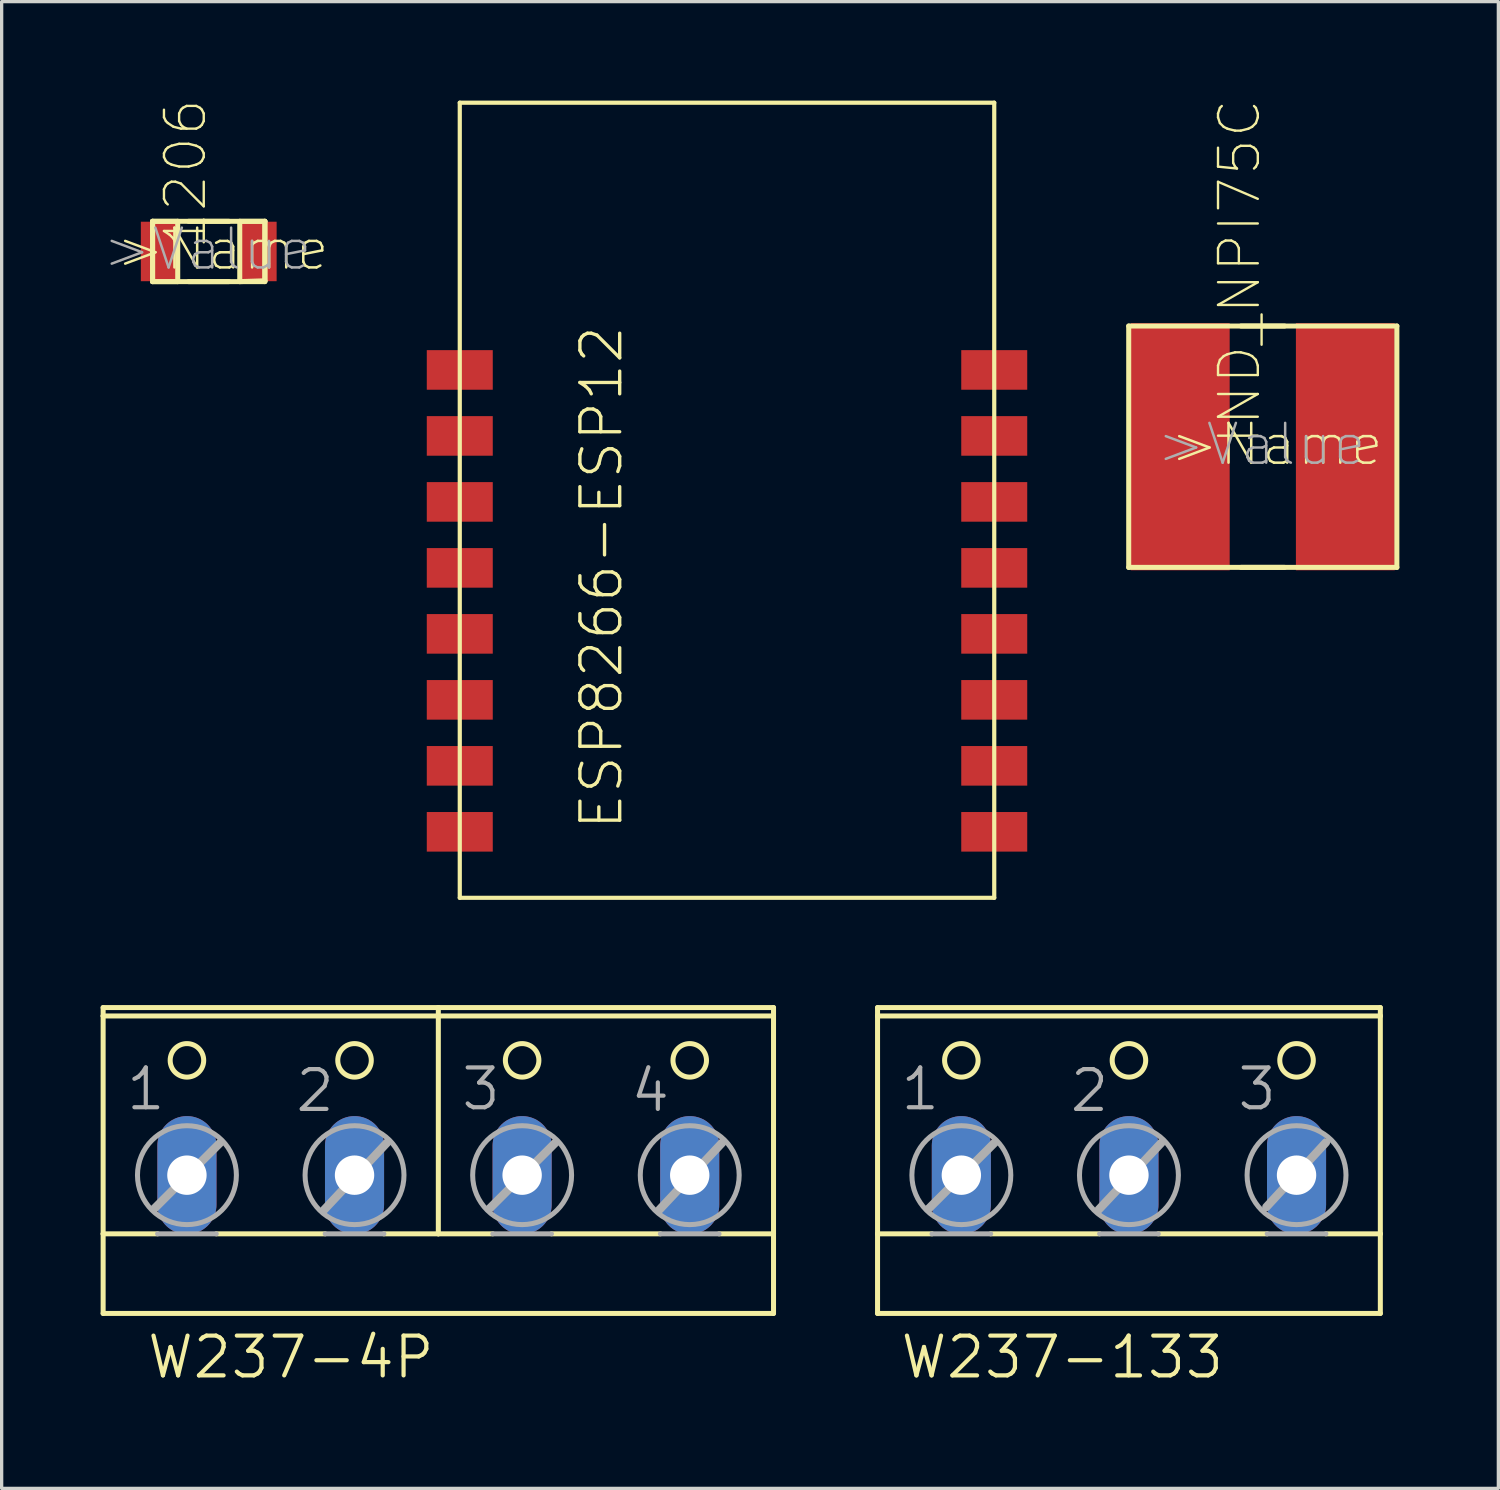
<source format=kicad_pcb>
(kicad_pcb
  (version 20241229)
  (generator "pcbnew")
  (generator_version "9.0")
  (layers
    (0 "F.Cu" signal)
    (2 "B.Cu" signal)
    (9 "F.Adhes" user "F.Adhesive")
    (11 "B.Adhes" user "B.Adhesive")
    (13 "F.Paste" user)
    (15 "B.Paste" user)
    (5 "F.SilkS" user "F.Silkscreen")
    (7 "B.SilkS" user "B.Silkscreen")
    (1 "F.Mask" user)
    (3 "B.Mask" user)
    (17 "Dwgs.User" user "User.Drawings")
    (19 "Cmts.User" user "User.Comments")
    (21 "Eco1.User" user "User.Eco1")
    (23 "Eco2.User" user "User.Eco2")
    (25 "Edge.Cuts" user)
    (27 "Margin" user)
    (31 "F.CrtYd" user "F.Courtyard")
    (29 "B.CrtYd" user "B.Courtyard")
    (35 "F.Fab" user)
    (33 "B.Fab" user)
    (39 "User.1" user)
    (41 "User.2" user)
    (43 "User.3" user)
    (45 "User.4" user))
  (footprint "W237-133"
    (layer "F.Cu")
    (at 31.169 31.935)
    (property "Reference" "W237-133" (at -6.985 6.858 0) (layer "F.SilkS") (effects (font (size 1.206 1.206) (thickness 0.127)) (justify left bottom)))
    (attr through_hole)
    (fp_line (start -7.62 -4.445) (end 7.62 -4.445) (stroke (width 0.152) (type solid)) (layer "F.SilkS"))
    (fp_line (start -7.62 -4.191) (end -7.62 -4.445) (stroke (width 0.152) (type solid)) (layer "F.SilkS"))
    (fp_line (start -7.62 2.413) (end -7.62 -4.191) (stroke (width 0.152) (type solid)) (layer "F.SilkS"))
    (fp_line (start -7.62 2.413) (end -5.969 2.413) (stroke (width 0.152) (type solid)) (layer "F.SilkS"))
    (fp_line (start -7.62 4.826) (end -7.62 2.413) (stroke (width 0.152) (type solid)) (layer "F.SilkS"))
    (fp_line (start -7.62 4.826) (end 7.62 4.826) (stroke (width 0.152) (type solid)) (layer "F.SilkS"))
    (fp_line (start -4.191 2.413) (end -0.889 2.413) (stroke (width 0.152) (type solid)) (layer "F.SilkS"))
    (fp_line (start 0.889 2.413) (end 4.191 2.413) (stroke (width 0.152) (type solid)) (layer "F.SilkS"))
    (fp_line (start 5.969 2.413) (end 7.62 2.413) (stroke (width 0.152) (type solid)) (layer "F.SilkS"))
    (fp_line (start 7.62 -4.191) (end -7.62 -4.191) (stroke (width 0.152) (type solid)) (layer "F.SilkS"))
    (fp_line (start 7.62 -4.191) (end 7.62 -4.445) (stroke (width 0.152) (type solid)) (layer "F.SilkS"))
    (fp_line (start 7.62 -4.191) (end 7.62 2.413) (stroke (width 0.152) (type solid)) (layer "F.SilkS"))
    (fp_line (start 7.62 2.413) (end 7.62 4.826) (stroke (width 0.152) (type solid)) (layer "F.SilkS"))
    (fp_circle (center -5.08 -2.845) (end -4.572 -2.845) (stroke (width 0.152) (type solid)) (fill no) (layer "F.SilkS"))
    (fp_circle (center 0 -2.845) (end 0.508 -2.845) (stroke (width 0.152) (type solid)) (fill no) (layer "F.SilkS"))
    (fp_circle (center 5.08 -2.845) (end 5.588 -2.845) (stroke (width 0.152) (type solid)) (fill no) (layer "F.SilkS"))
    (fp_line (start -6.071 1.651) (end -4.064 -0.356) (stroke (width 0.254) (type solid)) (layer "F.Fab"))
    (fp_line (start -5.969 2.413) (end -4.191 2.413) (stroke (width 0.152) (type solid)) (layer "F.Fab"))
    (fp_line (start -0.914 1.676) (end 0.991 -0.356) (stroke (width 0.254) (type solid)) (layer "F.Fab"))
    (fp_line (start -0.889 2.413) (end 0.889 2.413) (stroke (width 0.152) (type solid)) (layer "F.Fab"))
    (fp_line (start 4.166 1.6) (end 5.969 -0.356) (stroke (width 0.254) (type solid)) (layer "F.Fab"))
    (fp_line (start 4.191 2.413) (end 5.969 2.413) (stroke (width 0.152) (type solid)) (layer "F.Fab"))
    (fp_circle (center -5.08 0.635) (end -3.581 0.635) (stroke (width 0.152) (type solid)) (fill no) (layer "F.Fab"))
    (fp_circle (center 0 0.635) (end 1.499 0.635) (stroke (width 0.152) (type solid)) (fill no) (layer "F.Fab"))
    (fp_circle (center 5.08 0.635) (end 6.579 0.635) (stroke (width 0.152) (type solid)) (fill no) (layer "F.Fab"))
    (fp_text user "3" (at 3.226 -1.27 0) (layer "F.Fab") (effects (font (size 1.206 1.206) (thickness 0.127)) (justify left bottom)))
    (fp_text user "2" (at -1.854 -1.219 0) (layer "F.Fab") (effects (font (size 1.206 1.206) (thickness 0.127)) (justify left bottom)))
    (fp_text user "1" (at -6.985 -1.27 0) (layer "F.Fab") (effects (font (size 1.206 1.206) (thickness 0.127)) (justify left bottom)))
    (pad "1" thru_hole oval (at -5.08 0.635 90) (size 3.581 1.791) (drill 1.194) (layers "*.Cu" "*.Mask"))
    (pad "2" thru_hole oval (at 0 0.635 90) (size 3.581 1.791) (drill 1.194) (layers "*.Cu" "*.Mask"))
    (pad "3" thru_hole oval (at 5.08 0.635 90) (size 3.581 1.791) (drill 1.194) (layers "*.Cu" "*.Mask")))
  (footprint "IND_NPI75C"
    (layer "F.Cu")
    (at 35.226 10.49)
    (property "Reference" "IND_NPI75C" (at 0 0 90) (layer "F.SilkS") (effects (font (size 1.206 1.206) (thickness 0.072)) (justify left bottom)))
    (attr through_hole)
    (fp_line (start -4.064 -3.658) (end 4.064 -3.658) (stroke (width 0.152) (type solid)) (layer "F.SilkS"))
    (fp_line (start -4.064 3.658) (end -4.064 -3.658) (stroke (width 0.152) (type solid)) (layer "F.SilkS"))
    (fp_line (start -0.66 -3.658) (end 0.66 -3.658) (stroke (width 0.152) (type solid)) (layer "F.SilkS"))
    (fp_line (start 0.66 3.658) (end -0.66 3.658) (stroke (width 0.152) (type solid)) (layer "F.SilkS"))
    (fp_line (start 4.064 -3.658) (end 4.064 3.658) (stroke (width 0.152) (type solid)) (layer "F.SilkS"))
    (fp_line (start 4.064 3.658) (end -4.064 3.658) (stroke (width 0.152) (type solid)) (layer "F.SilkS"))
    (fp_text user ">Name" (at -2.87 0.635 0) (layer "F.SilkS") (effects (font (size 1.206 1.206) (thickness 0.076)) (justify left bottom)))
    (fp_text user ">Value" (at -3.277 0.635 0) (layer "F.Fab") (effects (font (size 1.206 1.206) (thickness 0.076)) (justify left bottom)))
    (pad "1" smd rect (at -2.502 0) (size 2.997 7.493) (layers "F.Cu" "F.Mask" "F.Paste"))
    (pad "2" smd rect (at 2.502 0) (size 2.997 7.493) (layers "F.Cu" "F.Mask" "F.Paste")))
  (footprint "W237-4P"
    (layer "F.Cu")
    (at 10.236 31.935)
    (property "Reference" "W237-4P" (at -8.89 6.858 0) (layer "F.SilkS") (effects (font (size 1.206 1.206) (thickness 0.127)) (justify left bottom)))
    (attr through_hole)
    (fp_line (start -10.16 -4.191) (end -10.16 -4.445) (stroke (width 0.152) (type solid)) (layer "F.SilkS"))
    (fp_line (start -10.16 -4.191) (end 10.16 -4.191) (stroke (width 0.152) (type solid)) (layer "F.SilkS"))
    (fp_line (start -10.16 2.413) (end -10.16 -4.191) (stroke (width 0.152) (type solid)) (layer "F.SilkS"))
    (fp_line (start -10.16 2.413) (end -8.509 2.413) (stroke (width 0.152) (type solid)) (layer "F.SilkS"))
    (fp_line (start -10.16 4.826) (end -10.16 2.413) (stroke (width 0.152) (type solid)) (layer "F.SilkS"))
    (fp_line (start -10.16 4.826) (end 10.16 4.826) (stroke (width 0.152) (type solid)) (layer "F.SilkS"))
    (fp_line (start -6.731 2.413) (end -3.429 2.413) (stroke (width 0.152) (type solid)) (layer "F.SilkS"))
    (fp_line (start -1.651 2.413) (end 0 2.413) (stroke (width 0.152) (type solid)) (layer "F.SilkS"))
    (fp_line (start 0 -4.445) (end -10.16 -4.445) (stroke (width 0.152) (type solid)) (layer "F.SilkS"))
    (fp_line (start 0 -4.445) (end 0 2.413) (stroke (width 0.152) (type solid)) (layer "F.SilkS"))
    (fp_line (start 0 2.413) (end 1.651 2.413) (stroke (width 0.152) (type solid)) (layer "F.SilkS"))
    (fp_line (start 3.429 2.413) (end 6.731 2.413) (stroke (width 0.152) (type solid)) (layer "F.SilkS"))
    (fp_line (start 8.509 2.413) (end 10.16 2.413) (stroke (width 0.152) (type solid)) (layer "F.SilkS"))
    (fp_line (start 10.16 -4.445) (end 0 -4.445) (stroke (width 0.152) (type solid)) (layer "F.SilkS"))
    (fp_line (start 10.16 -4.445) (end 10.16 -4.191) (stroke (width 0.152) (type solid)) (layer "F.SilkS"))
    (fp_line (start 10.16 -4.191) (end 10.16 2.413) (stroke (width 0.152) (type solid)) (layer "F.SilkS"))
    (fp_line (start 10.16 2.413) (end 10.16 4.826) (stroke (width 0.152) (type solid)) (layer "F.SilkS"))
    (fp_circle (center -7.62 -2.845) (end -7.112 -2.845) (stroke (width 0.152) (type solid)) (fill no) (layer "F.SilkS"))
    (fp_circle (center -2.54 -2.845) (end -2.032 -2.845) (stroke (width 0.152) (type solid)) (fill no) (layer "F.SilkS"))
    (fp_circle (center 2.54 -2.845) (end 3.048 -2.845) (stroke (width 0.152) (type solid)) (fill no) (layer "F.SilkS"))
    (fp_circle (center 7.62 -2.845) (end 8.128 -2.845) (stroke (width 0.152) (type solid)) (fill no) (layer "F.SilkS"))
    (fp_line (start -8.611 1.651) (end -6.604 -0.356) (stroke (width 0.254) (type solid)) (layer "F.Fab"))
    (fp_line (start -8.509 2.413) (end -6.731 2.413) (stroke (width 0.152) (type solid)) (layer "F.Fab"))
    (fp_line (start -3.454 1.676) (end -1.549 -0.356) (stroke (width 0.254) (type solid)) (layer "F.Fab"))
    (fp_line (start -3.429 2.413) (end -1.651 2.413) (stroke (width 0.152) (type solid)) (layer "F.Fab"))
    (fp_line (start 1.549 1.651) (end 3.556 -0.356) (stroke (width 0.254) (type solid)) (layer "F.Fab"))
    (fp_line (start 1.651 2.413) (end 3.429 2.413) (stroke (width 0.152) (type solid)) (layer "F.Fab"))
    (fp_line (start 6.706 1.676) (end 8.611 -0.356) (stroke (width 0.254) (type solid)) (layer "F.Fab"))
    (fp_line (start 6.731 2.413) (end 8.509 2.413) (stroke (width 0.152) (type solid)) (layer "F.Fab"))
    (fp_circle (center -7.62 0.635) (end -6.121 0.635) (stroke (width 0.152) (type solid)) (fill no) (layer "F.Fab"))
    (fp_circle (center -2.54 0.635) (end -1.041 0.635) (stroke (width 0.152) (type solid)) (fill no) (layer "F.Fab"))
    (fp_circle (center 2.54 0.635) (end 4.039 0.635) (stroke (width 0.152) (type solid)) (fill no) (layer "F.Fab"))
    (fp_circle (center 7.62 0.635) (end 9.119 0.635) (stroke (width 0.152) (type solid)) (fill no) (layer "F.Fab"))
    (fp_text user "4" (at 5.766 -1.219 0) (layer "F.Fab") (effects (font (size 1.206 1.206) (thickness 0.127)) (justify left bottom)))
    (fp_text user "2" (at -4.394 -1.219 0) (layer "F.Fab") (effects (font (size 1.206 1.206) (thickness 0.127)) (justify left bottom)))
    (fp_text user "3" (at 0.635 -1.27 0) (layer "F.Fab") (effects (font (size 1.206 1.206) (thickness 0.127)) (justify left bottom)))
    (fp_text user "1" (at -9.525 -1.27 0) (layer "F.Fab") (effects (font (size 1.206 1.206) (thickness 0.127)) (justify left bottom)))
    (pad "1" thru_hole oval (at -7.62 0.635 90) (size 3.581 1.791) (drill 1.194) (layers "*.Cu" "*.Mask"))
    (pad "2" thru_hole oval (at -2.54 0.635 90) (size 3.581 1.791) (drill 1.194) (layers "*.Cu" "*.Mask"))
    (pad "3" thru_hole oval (at 2.54 0.635 90) (size 3.581 1.791) (drill 1.194) (layers "*.Cu" "*.Mask"))
    (pad "4" thru_hole oval (at 7.62 0.635 90) (size 3.581 1.791) (drill 1.194) (layers "*.Cu" "*.Mask")))
  (footprint "1206"
    (layer "F.Cu")
    (at 3.277 4.572)
    (property "Reference" "1206" (at 0 0 270) (layer "F.SilkS") (effects (font (size 1.206 1.206) (thickness 0.072)) (justify left bottom)))
    (attr through_hole)
    (fp_line (start -1.702 -0.914) (end -1.702 0.914) (stroke (width 0.152) (type solid)) (layer "F.SilkS"))
    (fp_line (start -1.702 -0.914) (end -1.702 0.914) (stroke (width 0.152) (type solid)) (layer "F.SilkS"))
    (fp_line (start -1.702 0.914) (end -0.94 0.914) (stroke (width 0.152) (type solid)) (layer "F.SilkS"))
    (fp_line (start -1.702 0.914) (end 1.702 0.914) (stroke (width 0.152) (type solid)) (layer "F.SilkS"))
    (fp_line (start -0.94 -0.914) (end -1.702 -0.914) (stroke (width 0.152) (type solid)) (layer "F.SilkS"))
    (fp_line (start -0.94 0.914) (end -0.94 -0.914) (stroke (width 0.152) (type solid)) (layer "F.SilkS"))
    (fp_line (start -0.61 0.914) (end 0.61 0.914) (stroke (width 0.152) (type solid)) (layer "F.SilkS"))
    (fp_line (start 0.61 -0.914) (end -0.61 -0.914) (stroke (width 0.152) (type solid)) (layer "F.SilkS"))
    (fp_line (start 0.94 -0.914) (end 0.94 0.914) (stroke (width 0.152) (type solid)) (layer "F.SilkS"))
    (fp_line (start 0.94 0.914) (end 1.702 0.889) (stroke (width 0.152) (type solid)) (layer "F.SilkS"))
    (fp_line (start 1.702 -0.914) (end -1.702 -0.914) (stroke (width 0.152) (type solid)) (layer "F.SilkS"))
    (fp_line (start 1.702 -0.914) (end 0.94 -0.914) (stroke (width 0.152) (type solid)) (layer "F.SilkS"))
    (fp_line (start 1.702 0.889) (end 1.702 -0.914) (stroke (width 0.152) (type solid)) (layer "F.SilkS"))
    (fp_line (start 1.702 0.914) (end 1.702 -0.914) (stroke (width 0.152) (type solid)) (layer "F.SilkS"))
    (fp_text user ">Name" (at -2.87 0.635 0) (layer "F.SilkS") (effects (font (size 1.206 1.206) (thickness 0.076)) (justify left bottom)))
    (fp_text user ">Value" (at -3.277 0.635 0) (layer "F.Fab") (effects (font (size 1.206 1.206) (thickness 0.076)) (justify left bottom)))
    (pad "1" smd rect (at -1.499 0) (size 1.118 1.803) (layers "F.Cu" "F.Mask" "F.Paste"))
    (pad "2" smd rect (at 1.499 0) (size 1.118 1.803) (layers "F.Cu" "F.Mask" "F.Paste")))
  (footprint "ESP8266-ESP12"
    (layer "F.Cu")
    (at 10.886 24.163)
    (property "Reference" "ESP8266-ESP12" (at 5 -2 90) (layer "F.SilkS") (effects (font (size 1.206 1.206) (thickness 0.102)) (justify left bottom)))
    (attr through_hole)
    (fp_line (start 0 -24.1) (end 0 0) (stroke (width 0.127) (type solid)) (layer "F.SilkS"))
    (fp_line (start 0 0) (end 16.2 0) (stroke (width 0.127) (type solid)) (layer "F.SilkS"))
    (fp_line (start 16.2 -24.1) (end 0 -24.1) (stroke (width 0.127) (type solid)) (layer "F.SilkS"))
    (fp_line (start 16.2 0) (end 16.2 -24.1) (stroke (width 0.127) (type solid)) (layer "F.SilkS"))
    (pad "1" smd rect (at 16.2 -2) (size 2 1.2) (layers "F.Cu" "F.Mask" "F.Paste"))
    (pad "2" smd rect (at 16.2 -4) (size 2 1.2) (layers "F.Cu" "F.Mask" "F.Paste"))
    (pad "3" smd rect (at 16.2 -6) (size 2 1.2) (layers "F.Cu" "F.Mask" "F.Paste"))
    (pad "4" smd rect (at 16.2 -8) (size 2 1.2) (layers "F.Cu" "F.Mask" "F.Paste"))
    (pad "5" smd rect (at 16.2 -10) (size 2 1.2) (layers "F.Cu" "F.Mask" "F.Paste"))
    (pad "6" smd rect (at 16.2 -12) (size 2 1.2) (layers "F.Cu" "F.Mask" "F.Paste"))
    (pad "7" smd rect (at 16.2 -14) (size 2 1.2) (layers "F.Cu" "F.Mask" "F.Paste"))
    (pad "8" smd rect (at 16.2 -16) (size 2 1.2) (layers "F.Cu" "F.Mask" "F.Paste"))
    (pad "9" smd rect (at 0 -16) (size 2 1.2) (layers "F.Cu" "F.Mask" "F.Paste"))
    (pad "10" smd rect (at 0 -14) (size 2 1.2) (layers "F.Cu" "F.Mask" "F.Paste"))
    (pad "11" smd rect (at 0 -12) (size 2 1.2) (layers "F.Cu" "F.Mask" "F.Paste"))
    (pad "12" smd rect (at 0 -10) (size 2 1.2) (layers "F.Cu" "F.Mask" "F.Paste"))
    (pad "13" smd rect (at 0 -8) (size 2 1.2) (layers "F.Cu" "F.Mask" "F.Paste"))
    (pad "14" smd rect (at 0 -6) (size 2 1.2) (layers "F.Cu" "F.Mask" "F.Paste"))
    (pad "15" smd rect (at 0 -4) (size 2 1.2) (layers "F.Cu" "F.Mask" "F.Paste"))
    (pad "16" smd rect (at 0 -2) (size 2 1.2) (layers "F.Cu" "F.Mask" "F.Paste")))
  (gr_rect
    (start -3 -3)
    (end 42.366 42.063)
    (stroke (width 0.1) (type default))
    (fill no)
    (layer "Edge.Cuts")))
</source>
